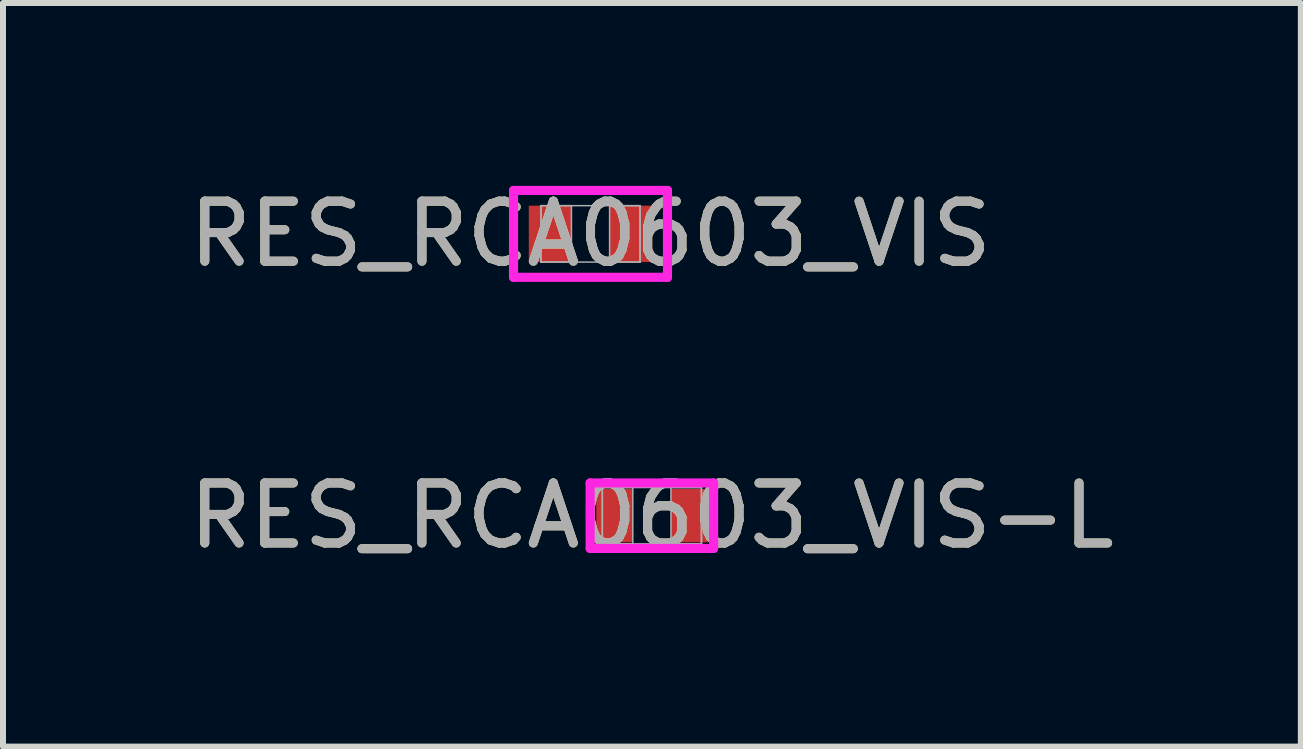
<source format=kicad_pcb>
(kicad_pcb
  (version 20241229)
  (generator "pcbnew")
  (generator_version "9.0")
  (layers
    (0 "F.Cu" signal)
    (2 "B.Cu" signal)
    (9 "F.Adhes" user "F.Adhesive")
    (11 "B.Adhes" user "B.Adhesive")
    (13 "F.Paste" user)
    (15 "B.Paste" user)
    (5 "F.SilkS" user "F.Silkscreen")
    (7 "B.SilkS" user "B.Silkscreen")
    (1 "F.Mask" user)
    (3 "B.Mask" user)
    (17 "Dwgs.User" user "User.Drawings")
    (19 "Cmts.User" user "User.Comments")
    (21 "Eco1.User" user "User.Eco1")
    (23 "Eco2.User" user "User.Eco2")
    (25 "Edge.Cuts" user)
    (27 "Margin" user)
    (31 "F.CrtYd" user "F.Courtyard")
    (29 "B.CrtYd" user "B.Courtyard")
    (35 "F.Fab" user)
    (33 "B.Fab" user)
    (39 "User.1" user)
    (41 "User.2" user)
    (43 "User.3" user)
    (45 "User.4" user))
  (footprint "RES_RCA0603_VIS-L"
    (layer "F.Cu")
    (at 7.815 5.545)
    (property "Reference" "RES_RCA0603_VIS-L" (at 0 0 0) (unlocked yes) (layer "F.SilkS") (effects (font (size 1 1) (thickness 0.15))))
    (attr smd)
    (fp_line (start -1.029 -0.546) (end 1.029 -0.546) (stroke (width 0.152) (type solid)) (layer "F.CrtYd"))
    (fp_line (start -1.029 0.546) (end -1.029 -0.546) (stroke (width 0.152) (type solid)) (layer "F.CrtYd"))
    (fp_line (start 1.029 -0.546) (end 1.029 0.546) (stroke (width 0.152) (type solid)) (layer "F.CrtYd"))
    (fp_line (start 1.029 0.546) (end -1.029 0.546) (stroke (width 0.152) (type solid)) (layer "F.CrtYd"))
    (fp_line (start -0.826 -0.47) (end -0.826 0.47) (stroke (width 0.025) (type solid)) (layer "F.Fab"))
    (fp_line (start -0.826 -0.47) (end -0.826 0.47) (stroke (width 0.025) (type solid)) (layer "F.Fab"))
    (fp_line (start -0.826 0.47) (end -0.318 0.47) (stroke (width 0.025) (type solid)) (layer "F.Fab"))
    (fp_line (start -0.826 0.47) (end 0.826 0.47) (stroke (width 0.025) (type solid)) (layer "F.Fab"))
    (fp_line (start -0.318 -0.47) (end -0.826 -0.47) (stroke (width 0.025) (type solid)) (layer "F.Fab"))
    (fp_line (start -0.318 0.47) (end -0.318 -0.47) (stroke (width 0.025) (type solid)) (layer "F.Fab"))
    (fp_line (start 0.318 -0.47) (end 0.318 0.47) (stroke (width 0.025) (type solid)) (layer "F.Fab"))
    (fp_line (start 0.318 0.47) (end 0.826 0.47) (stroke (width 0.025) (type solid)) (layer "F.Fab"))
    (fp_line (start 0.826 -0.47) (end -0.826 -0.47) (stroke (width 0.025) (type solid)) (layer "F.Fab"))
    (fp_line (start 0.826 -0.47) (end 0.318 -0.47) (stroke (width 0.025) (type solid)) (layer "F.Fab"))
    (fp_line (start 0.826 0.47) (end 0.826 -0.47) (stroke (width 0.025) (type solid)) (layer "F.Fab"))
    (fp_line (start 0.826 0.47) (end 0.826 -0.47) (stroke (width 0.025) (type solid)) (layer "F.Fab"))
    (fp_text user "${REFERENCE}" (at 0 0 0) (unlocked yes) (layer "F.Fab") (effects (font (size 1 1) (thickness 0.15))))
    (pad "1" smd rect (at -0.622 0) (size 0.61 0.889) (layers "F.Cu" "F.Mask" "F.Paste"))
    (pad "2" smd rect (at 0.622 0) (size 0.61 0.889) (layers "F.Cu" "F.Mask" "F.Paste"))
    (zone (net_name "") (layer "F.Cu") (hatch full 0.508) (connect_pads) (min_thickness 0.254) (filled_areas_thickness no) (keepout (tracks not_allowed) (vias not_allowed) (pads allowed) (copperpour not_allowed) (footprints allowed)) (placement (enabled no)) (fill) (polygon (pts (xy 7.549 5.126) (xy 8.082 5.126) (xy 8.082 5.964) (xy 7.549 5.964)))))
  (footprint "RES_RCA0603_VIS"
    (layer "F.Cu")
    (at 6.792 0.848)
    (property "Reference" "RES_RCA0603_VIS" (at 0 0 0) (unlocked yes) (layer "F.SilkS") (effects (font (size 1 1) (thickness 0.15))))
    (attr smd)
    (fp_line (start -1.283 -0.724) (end 1.283 -0.724) (stroke (width 0.152) (type solid)) (layer "F.CrtYd"))
    (fp_line (start -1.283 0.724) (end -1.283 -0.724) (stroke (width 0.152) (type solid)) (layer "F.CrtYd"))
    (fp_line (start 1.283 -0.724) (end 1.283 0.724) (stroke (width 0.152) (type solid)) (layer "F.CrtYd"))
    (fp_line (start 1.283 0.724) (end -1.283 0.724) (stroke (width 0.152) (type solid)) (layer "F.CrtYd"))
    (fp_line (start -0.826 -0.47) (end -0.826 0.47) (stroke (width 0.025) (type solid)) (layer "F.Fab"))
    (fp_line (start -0.826 -0.47) (end -0.826 0.47) (stroke (width 0.025) (type solid)) (layer "F.Fab"))
    (fp_line (start -0.826 0.47) (end -0.318 0.47) (stroke (width 0.025) (type solid)) (layer "F.Fab"))
    (fp_line (start -0.826 0.47) (end 0.826 0.47) (stroke (width 0.025) (type solid)) (layer "F.Fab"))
    (fp_line (start -0.318 -0.47) (end -0.826 -0.47) (stroke (width 0.025) (type solid)) (layer "F.Fab"))
    (fp_line (start -0.318 0.47) (end -0.318 -0.47) (stroke (width 0.025) (type solid)) (layer "F.Fab"))
    (fp_line (start 0.318 -0.47) (end 0.318 0.47) (stroke (width 0.025) (type solid)) (layer "F.Fab"))
    (fp_line (start 0.318 0.47) (end 0.826 0.47) (stroke (width 0.025) (type solid)) (layer "F.Fab"))
    (fp_line (start 0.826 -0.47) (end -0.826 -0.47) (stroke (width 0.025) (type solid)) (layer "F.Fab"))
    (fp_line (start 0.826 -0.47) (end 0.318 -0.47) (stroke (width 0.025) (type solid)) (layer "F.Fab"))
    (fp_line (start 0.826 0.47) (end 0.826 -0.47) (stroke (width 0.025) (type solid)) (layer "F.Fab"))
    (fp_line (start 0.826 0.47) (end 0.826 -0.47) (stroke (width 0.025) (type solid)) (layer "F.Fab"))
    (fp_text user "${REFERENCE}" (at 0 0 0) (unlocked yes) (layer "F.Fab") (effects (font (size 1 1) (thickness 0.15))))
    (pad "1" smd rect (at -0.673 0) (size 0.711 0.94) (layers "F.Cu" "F.Mask" "F.Paste"))
    (pad "2" smd rect (at 0.673 0) (size 0.711 0.94) (layers "F.Cu" "F.Mask" "F.Paste"))
    (zone (net_name "") (layer "F.Cu") (hatch full 0.508) (connect_pads) (min_thickness 0.254) (filled_areas_thickness no) (keepout (tracks not_allowed) (vias not_allowed) (pads allowed) (copperpour not_allowed) (footprints allowed)) (placement (enabled no)) (fill) (polygon (pts (xy 6.525 0.429) (xy 7.058 0.429) (xy 7.058 1.267) (xy 6.525 1.267)))))
  (gr_rect
    (start -3 -3)
    (end 18.631 9.393)
    (stroke (width 0.1) (type default))
    (fill no)
    (layer "Edge.Cuts")))
</source>
